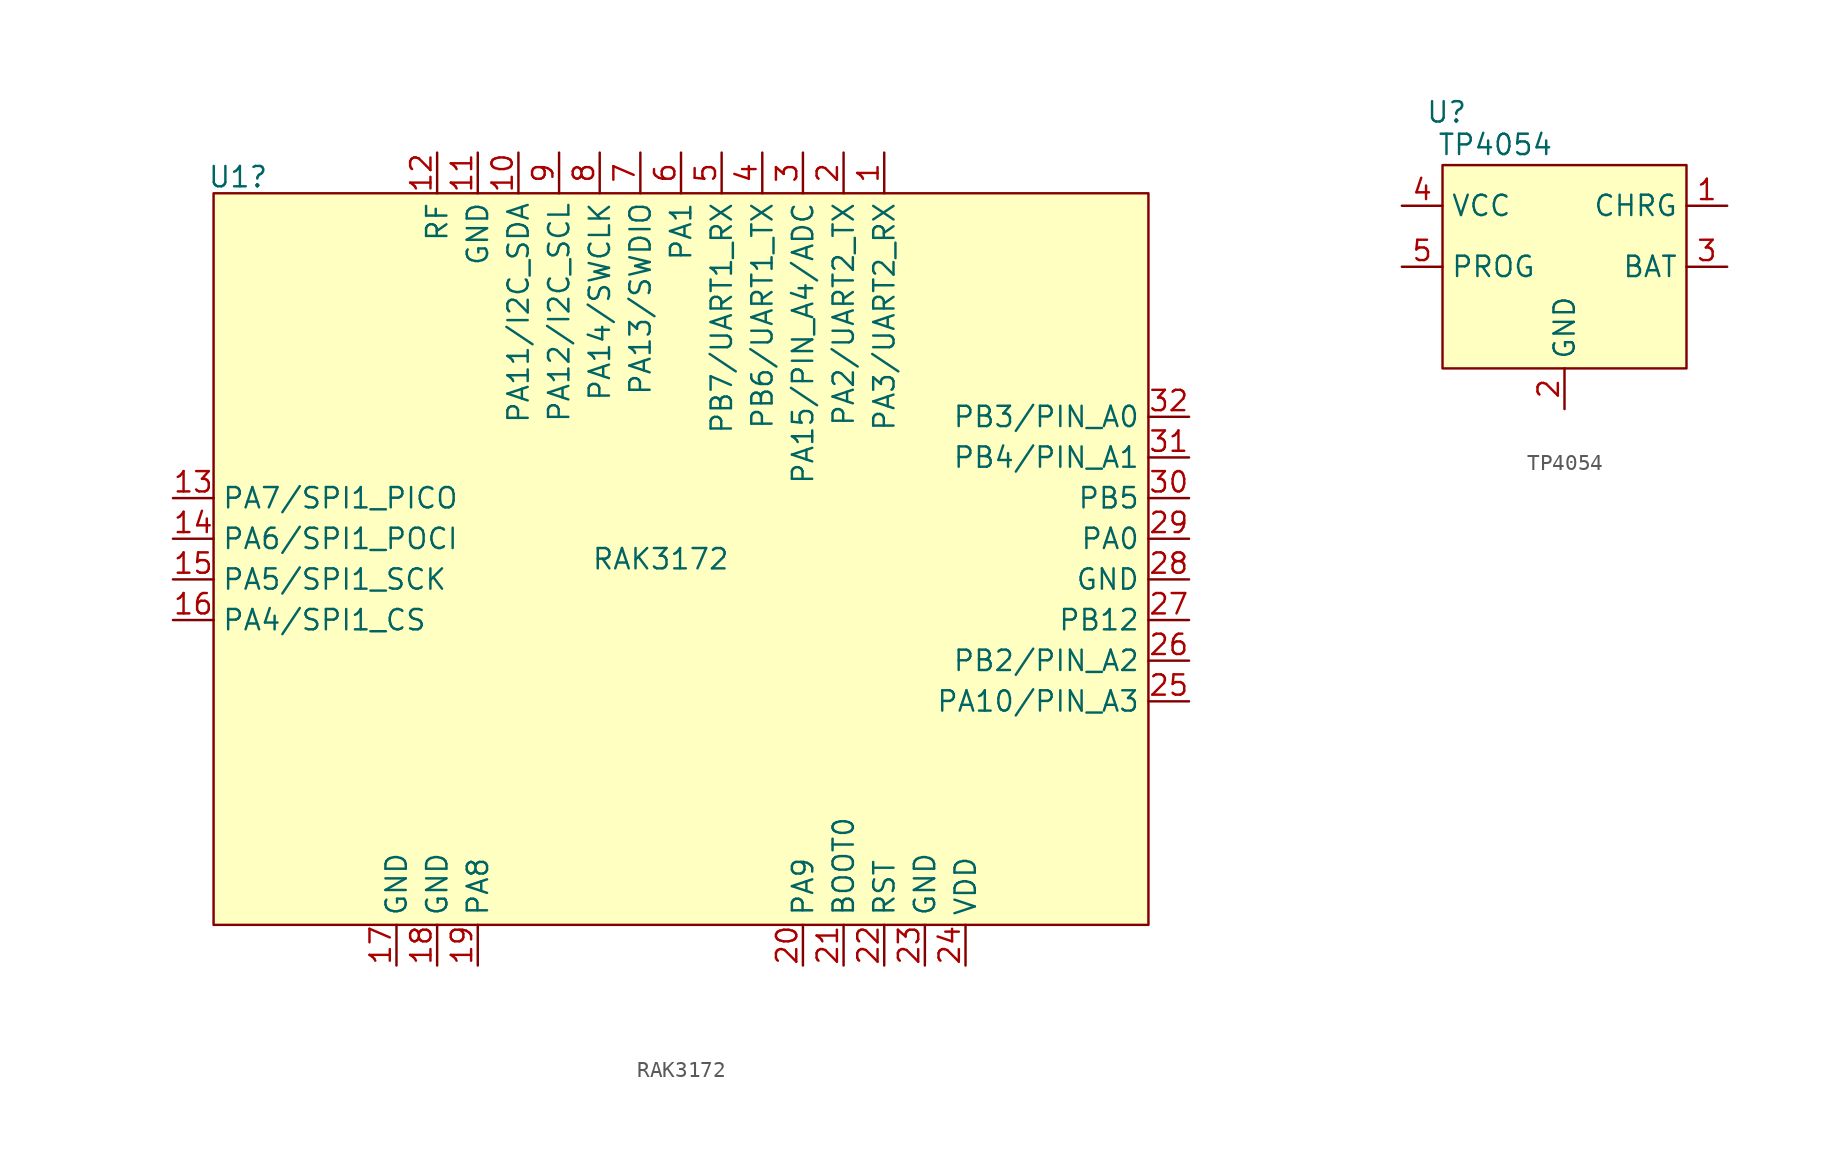
<source format=kicad_sym>
(kicad_symbol_lib
  (version 20241209)
  (generator "kicad_symbol_editor")
  (generator_version "9.0")
  (symbol "RAK3172"
    (property "Reference" "U1"
      (at -26.416 23.876 0)
      (effects (font (size 1.27 1.27))))
    (property "Value" "RAK3172"
      (at 0 0 0)
      (effects (font (size 1.27 1.27))))
    (symbol "RAK3172_1_1"
      (rectangle (start -27.94 22.86) (end 30.48 -22.86) (stroke (width 0) (type solid)) (fill (type background)))
      (pin bidirectional line (at -30.48 3.81 0) (length 2.54) (name "PA7/SPI1_PICO" (effects (font (size 1.27 1.27)))) (number "13" (effects (font (size 1.27 1.27)))))
      (pin bidirectional line (at -30.48 1.27 0) (length 2.54) (name "PA6/SPI1_POCI" (effects (font (size 1.27 1.27)))) (number "14" (effects (font (size 1.27 1.27)))))
      (pin bidirectional line (at -30.48 -1.27 0) (length 2.54) (name "PA5/SPI1_SCK" (effects (font (size 1.27 1.27)))) (number "15" (effects (font (size 1.27 1.27)))))
      (pin bidirectional line (at -30.48 -3.81 0) (length 2.54) (name "PA4/SPI1_CS" (effects (font (size 1.27 1.27)))) (number "16" (effects (font (size 1.27 1.27)))))
      (pin power_in line (at -16.51 -25.4 90) (length 2.54) (name "GND" (effects (font (size 1.27 1.27)))) (number "17" (effects (font (size 1.27 1.27)))))
      (pin unspecified line (at -13.97 25.4 270) (length 2.54) (name "RF" (effects (font (size 1.27 1.27)))) (number "12" (effects (font (size 1.27 1.27)))))
      (pin power_in line (at -13.97 -25.4 90) (length 2.54) (name "GND" (effects (font (size 1.27 1.27)))) (number "18" (effects (font (size 1.27 1.27)))))
      (pin power_in line (at -11.43 25.4 270) (length 2.54) (name "GND" (effects (font (size 1.27 1.27)))) (number "11" (effects (font (size 1.27 1.27)))))
      (pin bidirectional line (at -11.43 -25.4 90) (length 2.54) (name "PA8" (effects (font (size 1.27 1.27)))) (number "19" (effects (font (size 1.27 1.27)))))
      (pin bidirectional line (at -8.89 25.4 270) (length 2.54) (name "PA11/I2C_SDA" (effects (font (size 1.27 1.27)))) (number "10" (effects (font (size 1.27 1.27)))))
      (pin bidirectional line (at -6.35 25.4 270) (length 2.54) (name "PA12/I2C_SCL" (effects (font (size 1.27 1.27)))) (number "9" (effects (font (size 1.27 1.27)))))
      (pin bidirectional line (at -3.81 25.4 270) (length 2.54) (name "PA14/SWCLK" (effects (font (size 1.27 1.27)))) (number "8" (effects (font (size 1.27 1.27)))))
      (pin bidirectional line (at -1.27 25.4 270) (length 2.54) (name "PA13/SWDIO" (effects (font (size 1.27 1.27)))) (number "7" (effects (font (size 1.27 1.27)))))
      (pin bidirectional line (at 1.27 25.4 270) (length 2.54) (name "PA1" (effects (font (size 1.27 1.27)))) (number "6" (effects (font (size 1.27 1.27)))))
      (pin input line (at 3.81 25.4 270) (length 2.54) (name "PB7/UART1_RX" (effects (font (size 1.27 1.27)))) (number "5" (effects (font (size 1.27 1.27)))))
      (pin output line (at 6.35 25.4 270) (length 2.54) (name "PB6/UART1_TX" (effects (font (size 1.27 1.27)))) (number "4" (effects (font (size 1.27 1.27)))))
      (pin bidirectional line (at 8.89 25.4 270) (length 2.54) (name "PA15/PIN_A4/ADC" (effects (font (size 1.27 1.27)))) (number "3" (effects (font (size 1.27 1.27)))))
      (pin bidirectional line (at 8.89 -25.4 90) (length 2.54) (name "PA9" (effects (font (size 1.27 1.27)))) (number "20" (effects (font (size 1.27 1.27)))))
      (pin output line (at 11.43 25.4 270) (length 2.54) (name "PA2/UART2_TX" (effects (font (size 1.27 1.27)))) (number "2" (effects (font (size 1.27 1.27)))))
      (pin unspecified line (at 11.43 -25.4 90) (length 2.54) (name "BOOT0" (effects (font (size 1.27 1.27)))) (number "21" (effects (font (size 1.27 1.27)))))
      (pin input line (at 13.97 25.4 270) (length 2.54) (name "PA3/UART2_RX" (effects (font (size 1.27 1.27)))) (number "1" (effects (font (size 1.27 1.27)))))
      (pin unspecified line (at 13.97 -25.4 90) (length 2.54) (name "RST" (effects (font (size 1.27 1.27)))) (number "22" (effects (font (size 1.27 1.27)))))
      (pin power_in line (at 16.51 -25.4 90) (length 2.54) (name "GND" (effects (font (size 1.27 1.27)))) (number "23" (effects (font (size 1.27 1.27)))))
      (pin power_in line (at 19.05 -25.4 90) (length 2.54) (name "VDD" (effects (font (size 1.27 1.27)))) (number "24" (effects (font (size 1.27 1.27)))))
      (pin bidirectional line (at 33.02 8.89 180) (length 2.54) (name "PB3/PIN_A0" (effects (font (size 1.27 1.27)))) (number "32" (effects (font (size 1.27 1.27)))))
      (pin bidirectional line (at 33.02 6.35 180) (length 2.54) (name "PB4/PIN_A1" (effects (font (size 1.27 1.27)))) (number "31" (effects (font (size 1.27 1.27)))))
      (pin bidirectional line (at 33.02 3.81 180) (length 2.54) (name "PB5" (effects (font (size 1.27 1.27)))) (number "30" (effects (font (size 1.27 1.27)))))
      (pin bidirectional line (at 33.02 1.27 180) (length 2.54) (name "PA0" (effects (font (size 1.27 1.27)))) (number "29" (effects (font (size 1.27 1.27)))))
      (pin power_in line (at 33.02 -1.27 180) (length 2.54) (name "GND" (effects (font (size 1.27 1.27)))) (number "28" (effects (font (size 1.27 1.27)))))
      (pin bidirectional line (at 33.02 -3.81 180) (length 2.54) (name "PB12" (effects (font (size 1.27 1.27)))) (number "27" (effects (font (size 1.27 1.27)))))
      (pin bidirectional line (at 33.02 -6.35 180) (length 2.54) (name "PB2/PIN_A2" (effects (font (size 1.27 1.27)))) (number "26" (effects (font (size 1.27 1.27)))))
      (pin bidirectional line (at 33.02 -8.89 180) (length 2.54) (name "PA10/PIN_A3" (effects (font (size 1.27 1.27)))) (number "25" (effects (font (size 1.27 1.27)))))))
  (symbol "TP4054"
    (property "Reference" "U"
      (at -7.366 9.652 0)
      (effects (font (size 1.27 1.27))))
    (property "Value" "TP4054"
      (at -4.318 7.62 0)
      (effects (font (size 1.27 1.27))))
    (symbol "TP4054_1_1"
      (rectangle (start -7.62 6.35) (end 7.62 -6.35) (stroke (width 0) (type solid)) (fill (type background)))
      (pin power_in line (at -10.16 3.81 0) (length 2.54) (name "VCC" (effects (font (size 1.27 1.27)))) (number "4" (effects (font (size 1.27 1.27)))))
      (pin input line (at -10.16 0 0) (length 2.54) (name "PROG" (effects (font (size 1.27 1.27)))) (number "5" (effects (font (size 1.27 1.27)))))
      (pin power_in line (at 0 -8.89 90) (length 2.54) (name "GND" (effects (font (size 1.27 1.27)))) (number "2" (effects (font (size 1.27 1.27)))))
      (pin input line (at 10.16 3.81 180) (length 2.54) (name "CHRG" (effects (font (size 1.27 1.27)))) (number "1" (effects (font (size 1.27 1.27)))))
      (pin power_out line (at 10.16 0 180) (length 2.54) (name "BAT" (effects (font (size 1.27 1.27)))) (number "3" (effects (font (size 1.27 1.27))))))))
</source>
